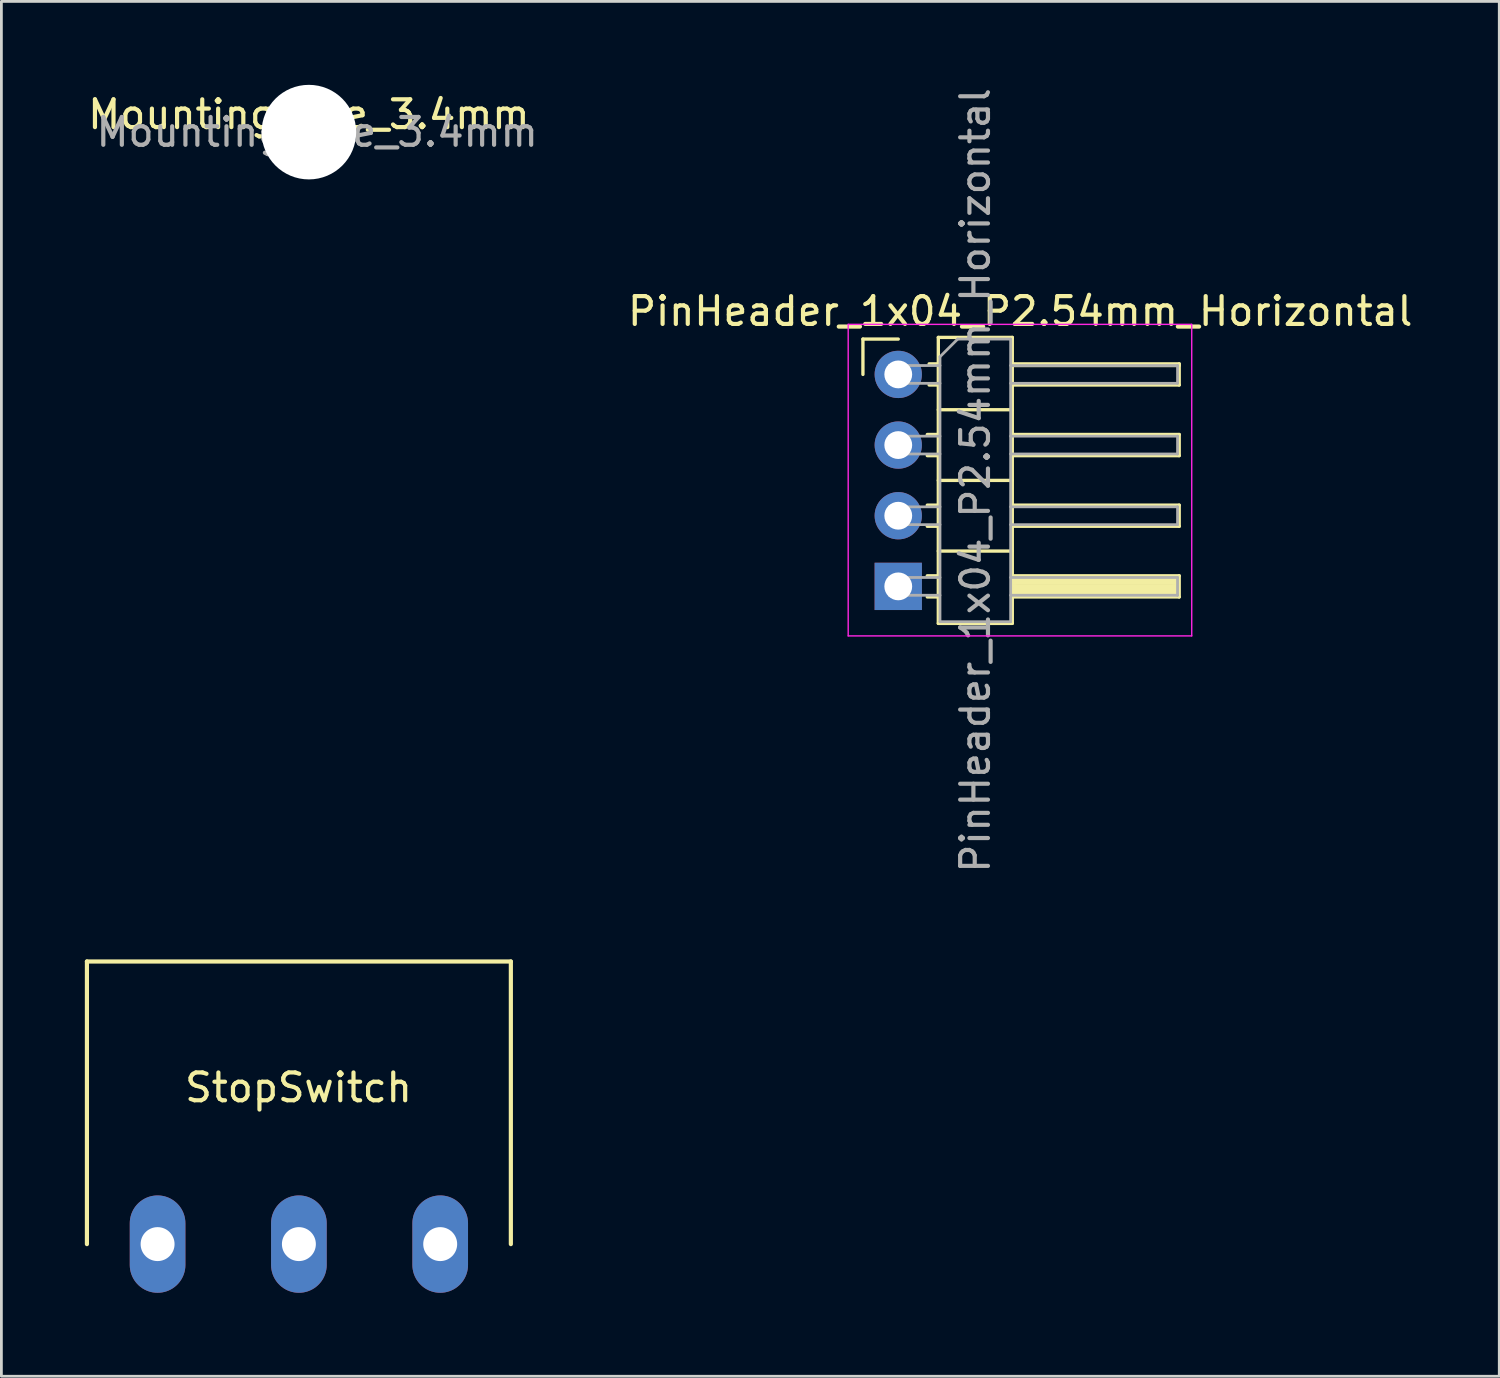
<source format=kicad_pcb>
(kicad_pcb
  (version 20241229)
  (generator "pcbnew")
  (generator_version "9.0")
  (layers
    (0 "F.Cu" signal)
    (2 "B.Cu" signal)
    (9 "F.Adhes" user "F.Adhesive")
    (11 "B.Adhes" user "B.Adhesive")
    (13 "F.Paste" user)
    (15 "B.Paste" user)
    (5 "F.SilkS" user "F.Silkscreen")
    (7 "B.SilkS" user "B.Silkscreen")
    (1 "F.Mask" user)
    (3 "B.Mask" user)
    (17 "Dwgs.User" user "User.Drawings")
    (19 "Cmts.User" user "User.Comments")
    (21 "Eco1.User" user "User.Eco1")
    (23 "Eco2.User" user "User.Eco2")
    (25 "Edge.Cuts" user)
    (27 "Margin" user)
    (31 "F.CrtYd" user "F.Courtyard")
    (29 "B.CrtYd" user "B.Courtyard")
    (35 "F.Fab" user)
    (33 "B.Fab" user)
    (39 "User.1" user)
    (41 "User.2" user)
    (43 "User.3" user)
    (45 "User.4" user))
  (footprint "PinHeader_1x04_P2.54mm_Horizontal"
    (layer "F.Cu")
    (at 29.242 14.22)
    (property "Reference" "PinHeader_1x04_P2.54mm_Horizontal" (at 4.385 -6.08 0) (layer "F.SilkS") (effects (font (size 1 1) (thickness 0.15))))
    (attr through_hole)
    (fp_line (start -1.27 -5.08) (end 0 -5.08) (stroke (width 0.12) (type solid)) (layer "F.SilkS"))
    (fp_line (start -1.27 -3.81) (end -1.27 -5.08) (stroke (width 0.12) (type solid)) (layer "F.SilkS"))
    (fp_line (start 1.043 -1.65) (end 1.44 -1.65) (stroke (width 0.12) (type solid)) (layer "F.SilkS"))
    (fp_line (start 1.043 -0.89) (end 1.44 -0.89) (stroke (width 0.12) (type solid)) (layer "F.SilkS"))
    (fp_line (start 1.043 0.89) (end 1.44 0.89) (stroke (width 0.12) (type solid)) (layer "F.SilkS"))
    (fp_line (start 1.043 1.65) (end 1.44 1.65) (stroke (width 0.12) (type solid)) (layer "F.SilkS"))
    (fp_line (start 1.043 3.43) (end 1.44 3.43) (stroke (width 0.12) (type solid)) (layer "F.SilkS"))
    (fp_line (start 1.043 4.19) (end 1.44 4.19) (stroke (width 0.12) (type solid)) (layer "F.SilkS"))
    (fp_line (start 1.11 -4.19) (end 1.44 -4.19) (stroke (width 0.12) (type solid)) (layer "F.SilkS"))
    (fp_line (start 1.11 -3.43) (end 1.44 -3.43) (stroke (width 0.12) (type solid)) (layer "F.SilkS"))
    (fp_line (start 1.44 -5.14) (end 1.44 5.14) (stroke (width 0.12) (type solid)) (layer "F.SilkS"))
    (fp_line (start 1.44 -2.54) (end 4.1 -2.54) (stroke (width 0.12) (type solid)) (layer "F.SilkS"))
    (fp_line (start 1.44 0) (end 4.1 0) (stroke (width 0.12) (type solid)) (layer "F.SilkS"))
    (fp_line (start 1.44 2.54) (end 4.1 2.54) (stroke (width 0.12) (type solid)) (layer "F.SilkS"))
    (fp_line (start 1.44 5.14) (end 4.1 5.14) (stroke (width 0.12) (type solid)) (layer "F.SilkS"))
    (fp_line (start 4.1 -5.14) (end 1.44 -5.14) (stroke (width 0.12) (type solid)) (layer "F.SilkS"))
    (fp_line (start 4.1 -4.19) (end 10.1 -4.19) (stroke (width 0.12) (type solid)) (layer "F.SilkS"))
    (fp_line (start 4.1 -4.13) (end 10.1 -4.13) (stroke (width 0.12) (type solid)) (layer "F.SilkS"))
    (fp_line (start 4.1 -1.65) (end 10.1 -1.65) (stroke (width 0.12) (type solid)) (layer "F.SilkS"))
    (fp_line (start 4.1 0.89) (end 10.1 0.89) (stroke (width 0.12) (type solid)) (layer "F.SilkS"))
    (fp_line (start 4.1 3.43) (end 10.1 3.43) (stroke (width 0.12) (type solid)) (layer "F.SilkS"))
    (fp_line (start 4.1 5.14) (end 4.1 -5.14) (stroke (width 0.12) (type solid)) (layer "F.SilkS"))
    (fp_line (start 4.191 3.556) (end 10.033 3.556) (stroke (width 0.15) (type solid)) (layer "F.SilkS"))
    (fp_line (start 4.191 3.683) (end 4.191 3.556) (stroke (width 0.15) (type solid)) (layer "F.SilkS"))
    (fp_line (start 4.191 3.81) (end 9.906 3.81) (stroke (width 0.15) (type solid)) (layer "F.SilkS"))
    (fp_line (start 4.191 3.937) (end 4.191 4.064) (stroke (width 0.15) (type solid)) (layer "F.SilkS"))
    (fp_line (start 4.191 4.064) (end 10.033 4.064) (stroke (width 0.15) (type solid)) (layer "F.SilkS"))
    (fp_line (start 9.906 3.81) (end 10.033 3.81) (stroke (width 0.15) (type solid)) (layer "F.SilkS"))
    (fp_line (start 10.033 3.683) (end 4.191 3.683) (stroke (width 0.15) (type solid)) (layer "F.SilkS"))
    (fp_line (start 10.033 3.81) (end 10.033 3.683) (stroke (width 0.15) (type solid)) (layer "F.SilkS"))
    (fp_line (start 10.033 3.81) (end 10.033 3.937) (stroke (width 0.15) (type solid)) (layer "F.SilkS"))
    (fp_line (start 10.033 3.937) (end 4.191 3.937) (stroke (width 0.15) (type solid)) (layer "F.SilkS"))
    (fp_line (start 10.033 4.064) (end 10.033 3.937) (stroke (width 0.15) (type solid)) (layer "F.SilkS"))
    (fp_line (start 10.1 -4.19) (end 10.1 -3.43) (stroke (width 0.12) (type solid)) (layer "F.SilkS"))
    (fp_line (start 10.1 -3.43) (end 4.1 -3.43) (stroke (width 0.12) (type solid)) (layer "F.SilkS"))
    (fp_line (start 10.1 -1.65) (end 10.1 -0.89) (stroke (width 0.12) (type solid)) (layer "F.SilkS"))
    (fp_line (start 10.1 -0.89) (end 4.1 -0.89) (stroke (width 0.12) (type solid)) (layer "F.SilkS"))
    (fp_line (start 10.1 0.89) (end 10.1 1.65) (stroke (width 0.12) (type solid)) (layer "F.SilkS"))
    (fp_line (start 10.1 1.65) (end 4.1 1.65) (stroke (width 0.12) (type solid)) (layer "F.SilkS"))
    (fp_line (start 10.1 3.43) (end 10.1 4.19) (stroke (width 0.12) (type solid)) (layer "F.SilkS"))
    (fp_line (start 10.1 4.19) (end 4.1 4.19) (stroke (width 0.12) (type solid)) (layer "F.SilkS"))
    (fp_line (start -1.8 -5.61) (end -1.8 5.59) (stroke (width 0.05) (type solid)) (layer "F.CrtYd"))
    (fp_line (start -1.8 5.59) (end 10.55 5.59) (stroke (width 0.05) (type solid)) (layer "F.CrtYd"))
    (fp_line (start 10.55 -5.61) (end -1.8 -5.61) (stroke (width 0.05) (type solid)) (layer "F.CrtYd"))
    (fp_line (start 10.55 5.59) (end 10.55 -5.61) (stroke (width 0.05) (type solid)) (layer "F.CrtYd"))
    (fp_line (start -0.32 -4.13) (end -0.32 -3.49) (stroke (width 0.1) (type solid)) (layer "F.Fab"))
    (fp_line (start -0.32 -4.13) (end 1.5 -4.13) (stroke (width 0.1) (type solid)) (layer "F.Fab"))
    (fp_line (start -0.32 -3.49) (end 1.5 -3.49) (stroke (width 0.1) (type solid)) (layer "F.Fab"))
    (fp_line (start -0.32 -1.59) (end -0.32 -0.95) (stroke (width 0.1) (type solid)) (layer "F.Fab"))
    (fp_line (start -0.32 -1.59) (end 1.5 -1.59) (stroke (width 0.1) (type solid)) (layer "F.Fab"))
    (fp_line (start -0.32 -0.95) (end 1.5 -0.95) (stroke (width 0.1) (type solid)) (layer "F.Fab"))
    (fp_line (start -0.32 0.95) (end -0.32 1.59) (stroke (width 0.1) (type solid)) (layer "F.Fab"))
    (fp_line (start -0.32 0.95) (end 1.5 0.95) (stroke (width 0.1) (type solid)) (layer "F.Fab"))
    (fp_line (start -0.32 1.59) (end 1.5 1.59) (stroke (width 0.1) (type solid)) (layer "F.Fab"))
    (fp_line (start -0.32 3.49) (end -0.32 4.13) (stroke (width 0.1) (type solid)) (layer "F.Fab"))
    (fp_line (start -0.32 3.49) (end 1.5 3.49) (stroke (width 0.1) (type solid)) (layer "F.Fab"))
    (fp_line (start -0.32 4.13) (end 1.5 4.13) (stroke (width 0.1) (type solid)) (layer "F.Fab"))
    (fp_line (start 1.5 -4.445) (end 2.135 -5.08) (stroke (width 0.1) (type solid)) (layer "F.Fab"))
    (fp_line (start 1.5 5.08) (end 1.5 -4.445) (stroke (width 0.1) (type solid)) (layer "F.Fab"))
    (fp_line (start 2.135 -5.08) (end 4.04 -5.08) (stroke (width 0.1) (type solid)) (layer "F.Fab"))
    (fp_line (start 4.04 -5.08) (end 4.04 5.08) (stroke (width 0.1) (type solid)) (layer "F.Fab"))
    (fp_line (start 4.04 -4.13) (end 10.04 -4.13) (stroke (width 0.1) (type solid)) (layer "F.Fab"))
    (fp_line (start 4.04 -3.49) (end 10.04 -3.49) (stroke (width 0.1) (type solid)) (layer "F.Fab"))
    (fp_line (start 4.04 -1.59) (end 10.04 -1.59) (stroke (width 0.1) (type solid)) (layer "F.Fab"))
    (fp_line (start 4.04 -0.95) (end 10.04 -0.95) (stroke (width 0.1) (type solid)) (layer "F.Fab"))
    (fp_line (start 4.04 0.95) (end 10.04 0.95) (stroke (width 0.1) (type solid)) (layer "F.Fab"))
    (fp_line (start 4.04 1.59) (end 10.04 1.59) (stroke (width 0.1) (type solid)) (layer "F.Fab"))
    (fp_line (start 4.04 3.49) (end 10.04 3.49) (stroke (width 0.1) (type solid)) (layer "F.Fab"))
    (fp_line (start 4.04 4.13) (end 10.04 4.13) (stroke (width 0.1) (type solid)) (layer "F.Fab"))
    (fp_line (start 4.04 5.08) (end 1.5 5.08) (stroke (width 0.1) (type solid)) (layer "F.Fab"))
    (fp_line (start 10.04 -4.13) (end 10.04 -3.49) (stroke (width 0.1) (type solid)) (layer "F.Fab"))
    (fp_line (start 10.04 -1.59) (end 10.04 -0.95) (stroke (width 0.1) (type solid)) (layer "F.Fab"))
    (fp_line (start 10.04 0.95) (end 10.04 1.59) (stroke (width 0.1) (type solid)) (layer "F.Fab"))
    (fp_line (start 10.04 3.49) (end 10.04 4.13) (stroke (width 0.1) (type solid)) (layer "F.Fab"))
    (fp_text user "${REFERENCE}" (at 2.77 0 90) (layer "F.Fab") (effects (font (size 1 1) (thickness 0.15))))
    (pad "1" thru_hole rect (at 0 3.81) (size 1.7 1.7) (drill 1) (layers "*.Cu" "*.Mask"))
    (pad "2" thru_hole oval (at 0 1.27) (size 1.7 1.7) (drill 1) (layers "*.Cu" "*.Mask"))
    (pad "3" thru_hole oval (at 0 -1.27) (size 1.7 1.7) (drill 1) (layers "*.Cu" "*.Mask"))
    (pad "4" thru_hole oval (at 0 -3.81) (size 1.7 1.7) (drill 1) (layers "*.Cu" "*.Mask")))
  (footprint "MountingHole_3.4mm"
    (layer "F.Cu")
    (at 8.054 1.7)
    (property "Reference" "MountingHole_3.4mm" (at 0 -0.635 0) (layer "F.SilkS") (effects (font (size 1 1) (thickness 0.15))))
    (attr exclude_from_pos_files exclude_from_bom)
    (fp_text user "${REFERENCE}" (at 0.3 0 0) (layer "F.Fab") (effects (font (size 1 1) (thickness 0.15))))
    (pad "" np_thru_hole circle (at 0 0) (size 3.4 3.4) (drill 3.4) (layers "*.Cu" "*.Mask")))
  (footprint "StopSwitch"
    (layer "F.Cu")
    (at 7.695 41.675)
    (property "Reference" "StopSwitch" (at -0.013 -5.626 0) (layer "F.SilkS") (effects (font (size 1 1) (thickness 0.15))))
    (attr through_hole)
    (fp_line (start -7.62 -10.16) (end -7.62 0) (stroke (width 0.15) (type solid)) (layer "F.SilkS"))
    (fp_line (start 7.62 -10.16) (end -7.62 -10.16) (stroke (width 0.15) (type solid)) (layer "F.SilkS"))
    (fp_line (start 7.62 0) (end 7.62 -10.16) (stroke (width 0.15) (type solid)) (layer "F.SilkS"))
    (pad "1" thru_hole oval (at -5.08 0) (size 2 3.5) (drill 1.22) (layers "*.Cu" "*.Mask"))
    (pad "2" thru_hole oval (at 0 0) (size 2 3.5) (drill 1.22) (layers "*.Cu" "*.Mask"))
    (pad "3" thru_hole oval (at 5.08 0) (size 2 3.5) (drill 1.22) (layers "*.Cu" "*.Mask")))
  (gr_rect
    (start -3 -3)
    (end 50.848 46.425)
    (stroke (width 0.1) (type default))
    (fill no)
    (layer "Edge.Cuts")))
</source>
